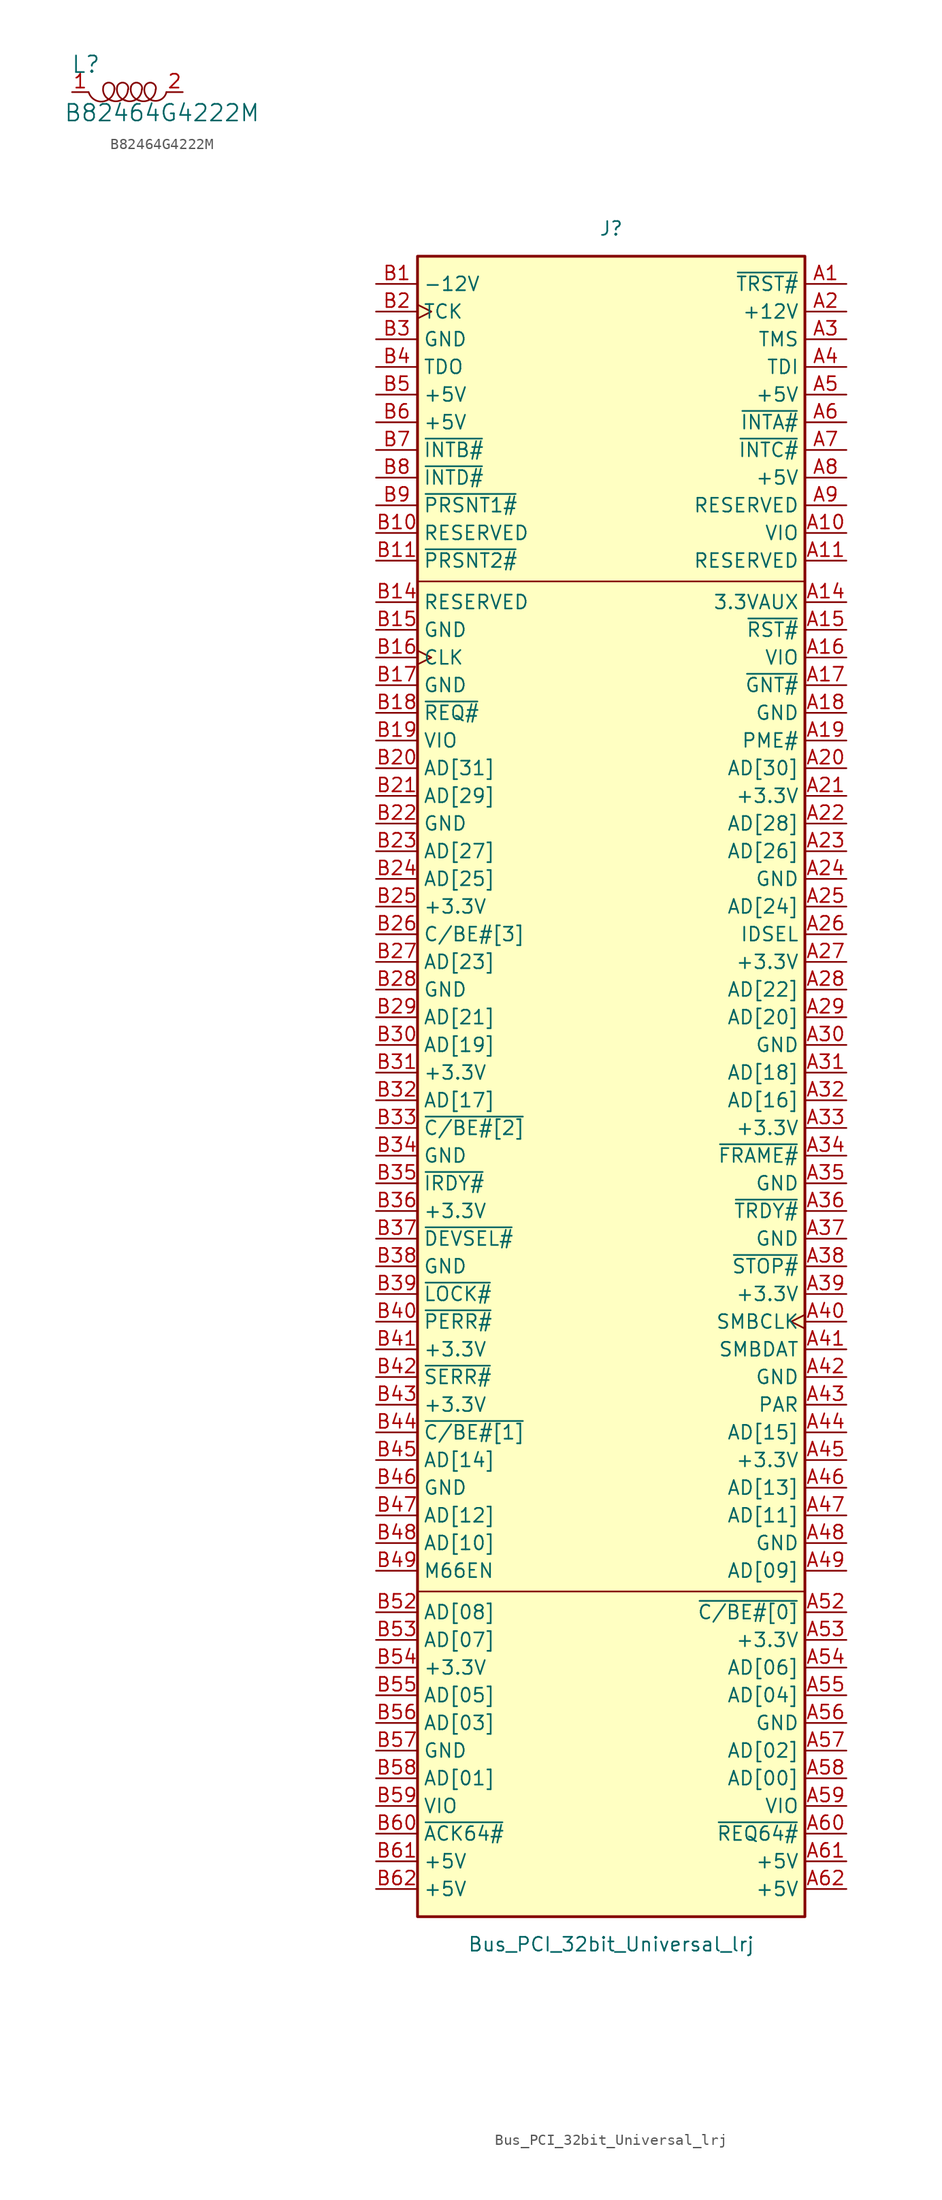
<source format=kicad_sym>
(kicad_symbol_lib
  (version 20211014)
  (generator kicad_symbol_editor)
  (symbol "B82464G4222M"
    (pin_names
      (offset 1.016))
    (property "Reference" "L"
      (at -3.81 2.54 0)
      (effects (font (size 1.524 1.524))))
    (property "Value" "B82464G4222M"
      (at 3.175 -1.905 0)
      (effects (font (size 1.524 1.524))))
    (symbol "B82464G4222M_0_1"
      (arc (start -3.556 0) (mid -2.1694 -0.8461) (end -1.1938 0.4318) (stroke (width 0) (type default) (color 0 0 0 0)) (fill (type none)))
      (arc (start -2.2098 0.508) (mid -2.0918 -0.2848) (end -1.4478 -0.762) (stroke (width 0) (type default) (color 0 0 0 0)) (fill (type none)))
      (arc (start -1.4732 -0.762) (mid -0.4347 -0.6489) (end 0.0508 0.254) (stroke (width 0) (type default) (color 0 0 0 0)) (fill (type none)))
      (arc (start -1.1938 0.254) (mid -1.5764 0.8583) (end -2.2098 0.508) (stroke (width 0) (type default) (color 0 0 0 0)) (fill (type none)))
      (arc (start -0.9398 0.508) (mid -0.8218 -0.2848) (end -0.1778 -0.762) (stroke (width 0) (type default) (color 0 0 0 0)) (fill (type none)))
      (arc (start -0.2032 -0.762) (mid 0.8353 -0.6489) (end 1.3208 0.254) (stroke (width 0) (type default) (color 0 0 0 0)) (fill (type none)))
      (arc (start 0.0762 0.254) (mid -0.3064 0.8583) (end -0.9398 0.508) (stroke (width 0) (type default) (color 0 0 0 0)) (fill (type none)))
      (arc (start 0.3302 0.508) (mid 0.4482 -0.2848) (end 1.0922 -0.762) (stroke (width 0) (type default) (color 0 0 0 0)) (fill (type none)))
      (arc (start 1.0668 -0.762) (mid 2.1053 -0.6489) (end 2.5908 0.254) (stroke (width 0) (type default) (color 0 0 0 0)) (fill (type none)))
      (arc (start 1.3462 0.254) (mid 0.9636 0.8583) (end 0.3302 0.508) (stroke (width 0) (type default) (color 0 0 0 0)) (fill (type none)))
      (arc (start 1.5748 0.4318) (mid 2.3727 -0.7843) (end 3.5814 0) (stroke (width 0) (type default) (color 0 0 0 0)) (fill (type none)))
      (arc (start 2.6162 0.254) (mid 2.2336 0.8583) (end 1.6002 0.508) (stroke (width 0) (type default) (color 0 0 0 0)) (fill (type none))))
    (symbol "B82464G4222M_1_1"
      (pin passive line (at -5.08 0 0) (length 1.499) (name "~" (effects (font (size 1.27 1.27)))) (number "1" (effects (font (size 1.27 1.27)))))
      (pin passive line (at 5.08 0 180) (length 1.499) (name "~" (effects (font (size 1.27 1.27)))) (number "2" (effects (font (size 1.27 1.27)))))))
  (symbol "Bus_PCI_32bit_Universal_lrj"
    (property "Reference" "J"
      (at 0 77.47 0)
      (effects (font (size 1.27 1.27))))
    (property "Value" "Bus_PCI_32bit_Universal_lrj"
      (at 0 -80.01 0)
      (effects (font (size 1.27 1.27))))
    (symbol "Bus_PCI_32bit_Universal_lrj_0_1"
      (rectangle (start -17.78 74.93) (end 17.78 -77.47) (stroke (width 0.254) (type default) (color 0 0 0 0)) (fill (type background)))
      (polyline (pts (xy -17.78 -47.625) (xy 17.78 -47.625)) (stroke (width 0) (type default) (color 0 0 0 0)) (fill (type none)))
      (polyline (pts (xy -17.78 45.085) (xy 17.78 45.085)) (stroke (width 0) (type default) (color 0 0 0 0)) (fill (type none))))
    (symbol "Bus_PCI_32bit_Universal_lrj_1_1"
      (pin input line (at 21.59 72.39 180) (length 3.81) (name "~{TRST#}" (effects (font (size 1.27 1.27)))) (number "A1" (effects (font (size 1.27 1.27)))))
      (pin power_in line (at 21.59 49.53 180) (length 3.81) (name "VIO" (effects (font (size 1.27 1.27)))) (number "A10" (effects (font (size 1.27 1.27)))))
      (pin passive line (at 21.59 46.99 180) (length 3.81) (name "RESERVED" (effects (font (size 1.27 1.27)))) (number "A11" (effects (font (size 1.27 1.27)))))
      (pin power_in line (at 21.59 43.18 180) (length 3.81) (name "3.3VAUX" (effects (font (size 1.27 1.27)))) (number "A14" (effects (font (size 1.27 1.27)))))
      (pin input line (at 21.59 40.64 180) (length 3.81) (name "~{RST#}" (effects (font (size 1.27 1.27)))) (number "A15" (effects (font (size 1.27 1.27)))))
      (pin power_in line (at 21.59 38.1 180) (length 3.81) (name "VIO" (effects (font (size 1.27 1.27)))) (number "A16" (effects (font (size 1.27 1.27)))))
      (pin bidirectional line (at 21.59 35.56 180) (length 3.81) (name "~{GNT#}" (effects (font (size 1.27 1.27)))) (number "A17" (effects (font (size 1.27 1.27)))))
      (pin power_in line (at 21.59 33.02 180) (length 3.81) (name "GND" (effects (font (size 1.27 1.27)))) (number "A18" (effects (font (size 1.27 1.27)))))
      (pin open_collector line (at 21.59 30.48 180) (length 3.81) (name "PME#" (effects (font (size 1.27 1.27)))) (number "A19" (effects (font (size 1.27 1.27)))))
      (pin power_in line (at 21.59 69.85 180) (length 3.81) (name "+12V" (effects (font (size 1.27 1.27)))) (number "A2" (effects (font (size 1.27 1.27)))))
      (pin bidirectional line (at 21.59 27.94 180) (length 3.81) (name "AD[30]" (effects (font (size 1.27 1.27)))) (number "A20" (effects (font (size 1.27 1.27)))))
      (pin power_in line (at 21.59 25.4 180) (length 3.81) (name "+3.3V" (effects (font (size 1.27 1.27)))) (number "A21" (effects (font (size 1.27 1.27)))))
      (pin bidirectional line (at 21.59 22.86 180) (length 3.81) (name "AD[28]" (effects (font (size 1.27 1.27)))) (number "A22" (effects (font (size 1.27 1.27)))))
      (pin bidirectional line (at 21.59 20.32 180) (length 3.81) (name "AD[26]" (effects (font (size 1.27 1.27)))) (number "A23" (effects (font (size 1.27 1.27)))))
      (pin power_in line (at 21.59 17.78 180) (length 3.81) (name "GND" (effects (font (size 1.27 1.27)))) (number "A24" (effects (font (size 1.27 1.27)))))
      (pin bidirectional line (at 21.59 15.24 180) (length 3.81) (name "AD[24]" (effects (font (size 1.27 1.27)))) (number "A25" (effects (font (size 1.27 1.27)))))
      (pin input line (at 21.59 12.7 180) (length 3.81) (name "IDSEL" (effects (font (size 1.27 1.27)))) (number "A26" (effects (font (size 1.27 1.27)))))
      (pin power_in line (at 21.59 10.16 180) (length 3.81) (name "+3.3V" (effects (font (size 1.27 1.27)))) (number "A27" (effects (font (size 1.27 1.27)))))
      (pin bidirectional line (at 21.59 7.62 180) (length 3.81) (name "AD[22]" (effects (font (size 1.27 1.27)))) (number "A28" (effects (font (size 1.27 1.27)))))
      (pin bidirectional line (at 21.59 5.08 180) (length 3.81) (name "AD[20]" (effects (font (size 1.27 1.27)))) (number "A29" (effects (font (size 1.27 1.27)))))
      (pin input line (at 21.59 67.31 180) (length 3.81) (name "TMS" (effects (font (size 1.27 1.27)))) (number "A3" (effects (font (size 1.27 1.27)))))
      (pin power_in line (at 21.59 2.54 180) (length 3.81) (name "GND" (effects (font (size 1.27 1.27)))) (number "A30" (effects (font (size 1.27 1.27)))))
      (pin bidirectional line (at 21.59 0 180) (length 3.81) (name "AD[18]" (effects (font (size 1.27 1.27)))) (number "A31" (effects (font (size 1.27 1.27)))))
      (pin bidirectional line (at 21.59 -2.54 180) (length 3.81) (name "AD[16]" (effects (font (size 1.27 1.27)))) (number "A32" (effects (font (size 1.27 1.27)))))
      (pin power_in line (at 21.59 -5.08 180) (length 3.81) (name "+3.3V" (effects (font (size 1.27 1.27)))) (number "A33" (effects (font (size 1.27 1.27)))))
      (pin bidirectional line (at 21.59 -7.62 180) (length 3.81) (name "~{FRAME#}" (effects (font (size 1.27 1.27)))) (number "A34" (effects (font (size 1.27 1.27)))))
      (pin power_in line (at 21.59 -10.16 180) (length 3.81) (name "GND" (effects (font (size 1.27 1.27)))) (number "A35" (effects (font (size 1.27 1.27)))))
      (pin bidirectional line (at 21.59 -12.7 180) (length 3.81) (name "~{TRDY#}" (effects (font (size 1.27 1.27)))) (number "A36" (effects (font (size 1.27 1.27)))))
      (pin power_in line (at 21.59 -15.24 180) (length 3.81) (name "GND" (effects (font (size 1.27 1.27)))) (number "A37" (effects (font (size 1.27 1.27)))))
      (pin bidirectional line (at 21.59 -17.78 180) (length 3.81) (name "~{STOP#}" (effects (font (size 1.27 1.27)))) (number "A38" (effects (font (size 1.27 1.27)))))
      (pin power_in line (at 21.59 -20.32 180) (length 3.81) (name "+3.3V" (effects (font (size 1.27 1.27)))) (number "A39" (effects (font (size 1.27 1.27)))))
      (pin input line (at 21.59 64.77 180) (length 3.81) (name "TDI" (effects (font (size 1.27 1.27)))) (number "A4" (effects (font (size 1.27 1.27)))))
      (pin bidirectional clock (at 21.59 -22.86 180) (length 3.81) (name "SMBCLK" (effects (font (size 1.27 1.27)))) (number "A40" (effects (font (size 1.27 1.27)))))
      (pin bidirectional line (at 21.59 -25.4 180) (length 3.81) (name "SMBDAT" (effects (font (size 1.27 1.27)))) (number "A41" (effects (font (size 1.27 1.27)))))
      (pin power_in line (at 21.59 -27.94 180) (length 3.81) (name "GND" (effects (font (size 1.27 1.27)))) (number "A42" (effects (font (size 1.27 1.27)))))
      (pin bidirectional line (at 21.59 -30.48 180) (length 3.81) (name "PAR" (effects (font (size 1.27 1.27)))) (number "A43" (effects (font (size 1.27 1.27)))))
      (pin bidirectional line (at 21.59 -33.02 180) (length 3.81) (name "AD[15]" (effects (font (size 1.27 1.27)))) (number "A44" (effects (font (size 1.27 1.27)))))
      (pin power_in line (at 21.59 -35.56 180) (length 3.81) (name "+3.3V" (effects (font (size 1.27 1.27)))) (number "A45" (effects (font (size 1.27 1.27)))))
      (pin bidirectional line (at 21.59 -38.1 180) (length 3.81) (name "AD[13]" (effects (font (size 1.27 1.27)))) (number "A46" (effects (font (size 1.27 1.27)))))
      (pin bidirectional line (at 21.59 -40.64 180) (length 3.81) (name "AD[11]" (effects (font (size 1.27 1.27)))) (number "A47" (effects (font (size 1.27 1.27)))))
      (pin power_in line (at 21.59 -43.18 180) (length 3.81) (name "GND" (effects (font (size 1.27 1.27)))) (number "A48" (effects (font (size 1.27 1.27)))))
      (pin bidirectional line (at 21.59 -45.72 180) (length 3.81) (name "AD[09]" (effects (font (size 1.27 1.27)))) (number "A49" (effects (font (size 1.27 1.27)))))
      (pin power_in line (at 21.59 62.23 180) (length 3.81) (name "+5V" (effects (font (size 1.27 1.27)))) (number "A5" (effects (font (size 1.27 1.27)))))
      (pin bidirectional line (at 21.59 -49.53 180) (length 3.81) (name "~{C/BE#[0]}" (effects (font (size 1.27 1.27)))) (number "A52" (effects (font (size 1.27 1.27)))))
      (pin power_in line (at 21.59 -52.07 180) (length 3.81) (name "+3.3V" (effects (font (size 1.27 1.27)))) (number "A53" (effects (font (size 1.27 1.27)))))
      (pin bidirectional line (at 21.59 -54.61 180) (length 3.81) (name "AD[06]" (effects (font (size 1.27 1.27)))) (number "A54" (effects (font (size 1.27 1.27)))))
      (pin bidirectional line (at 21.59 -57.15 180) (length 3.81) (name "AD[04]" (effects (font (size 1.27 1.27)))) (number "A55" (effects (font (size 1.27 1.27)))))
      (pin power_in line (at 21.59 -59.69 180) (length 3.81) (name "GND" (effects (font (size 1.27 1.27)))) (number "A56" (effects (font (size 1.27 1.27)))))
      (pin bidirectional line (at 21.59 -62.23 180) (length 3.81) (name "AD[02]" (effects (font (size 1.27 1.27)))) (number "A57" (effects (font (size 1.27 1.27)))))
      (pin bidirectional line (at 21.59 -64.77 180) (length 3.81) (name "AD[00]" (effects (font (size 1.27 1.27)))) (number "A58" (effects (font (size 1.27 1.27)))))
      (pin power_in line (at 21.59 -67.31 180) (length 3.81) (name "VIO" (effects (font (size 1.27 1.27)))) (number "A59" (effects (font (size 1.27 1.27)))))
      (pin open_collector line (at 21.59 59.69 180) (length 3.81) (name "~{INTA#}" (effects (font (size 1.27 1.27)))) (number "A6" (effects (font (size 1.27 1.27)))))
      (pin bidirectional line (at 21.59 -69.85 180) (length 3.81) (name "~{REQ64#}" (effects (font (size 1.27 1.27)))) (number "A60" (effects (font (size 1.27 1.27)))))
      (pin power_in line (at 21.59 -72.39 180) (length 3.81) (name "+5V" (effects (font (size 1.27 1.27)))) (number "A61" (effects (font (size 1.27 1.27)))))
      (pin power_in line (at 21.59 -74.93 180) (length 3.81) (name "+5V" (effects (font (size 1.27 1.27)))) (number "A62" (effects (font (size 1.27 1.27)))))
      (pin open_collector line (at 21.59 57.15 180) (length 3.81) (name "~{INTC#}" (effects (font (size 1.27 1.27)))) (number "A7" (effects (font (size 1.27 1.27)))))
      (pin power_in line (at 21.59 54.61 180) (length 3.81) (name "+5V" (effects (font (size 1.27 1.27)))) (number "A8" (effects (font (size 1.27 1.27)))))
      (pin passive line (at 21.59 52.07 180) (length 3.81) (name "RESERVED" (effects (font (size 1.27 1.27)))) (number "A9" (effects (font (size 1.27 1.27)))))
      (pin power_in line (at -21.59 72.39 0) (length 3.81) (name "-12V" (effects (font (size 1.27 1.27)))) (number "B1" (effects (font (size 1.27 1.27)))))
      (pin passive line (at -21.59 49.53 0) (length 3.81) (name "RESERVED" (effects (font (size 1.27 1.27)))) (number "B10" (effects (font (size 1.27 1.27)))))
      (pin input line (at -21.59 46.99 0) (length 3.81) (name "~{PRSNT2#}" (effects (font (size 1.27 1.27)))) (number "B11" (effects (font (size 1.27 1.27)))))
      (pin passive line (at -21.59 43.18 0) (length 3.81) (name "RESERVED" (effects (font (size 1.27 1.27)))) (number "B14" (effects (font (size 1.27 1.27)))))
      (pin power_in line (at -21.59 40.64 0) (length 3.81) (name "GND" (effects (font (size 1.27 1.27)))) (number "B15" (effects (font (size 1.27 1.27)))))
      (pin input clock (at -21.59 38.1 0) (length 3.81) (name "CLK" (effects (font (size 1.27 1.27)))) (number "B16" (effects (font (size 1.27 1.27)))))
      (pin power_in line (at -21.59 35.56 0) (length 3.81) (name "GND" (effects (font (size 1.27 1.27)))) (number "B17" (effects (font (size 1.27 1.27)))))
      (pin bidirectional line (at -21.59 33.02 0) (length 3.81) (name "~{REQ#}" (effects (font (size 1.27 1.27)))) (number "B18" (effects (font (size 1.27 1.27)))))
      (pin power_in line (at -21.59 30.48 0) (length 3.81) (name "VIO" (effects (font (size 1.27 1.27)))) (number "B19" (effects (font (size 1.27 1.27)))))
      (pin input clock (at -21.59 69.85 0) (length 3.81) (name "TCK" (effects (font (size 1.27 1.27)))) (number "B2" (effects (font (size 1.27 1.27)))))
      (pin bidirectional line (at -21.59 27.94 0) (length 3.81) (name "AD[31]" (effects (font (size 1.27 1.27)))) (number "B20" (effects (font (size 1.27 1.27)))))
      (pin bidirectional line (at -21.59 25.4 0) (length 3.81) (name "AD[29]" (effects (font (size 1.27 1.27)))) (number "B21" (effects (font (size 1.27 1.27)))))
      (pin power_in line (at -21.59 22.86 0) (length 3.81) (name "GND" (effects (font (size 1.27 1.27)))) (number "B22" (effects (font (size 1.27 1.27)))))
      (pin bidirectional line (at -21.59 20.32 0) (length 3.81) (name "AD[27]" (effects (font (size 1.27 1.27)))) (number "B23" (effects (font (size 1.27 1.27)))))
      (pin bidirectional line (at -21.59 17.78 0) (length 3.81) (name "AD[25]" (effects (font (size 1.27 1.27)))) (number "B24" (effects (font (size 1.27 1.27)))))
      (pin power_in line (at -21.59 15.24 0) (length 3.81) (name "+3.3V" (effects (font (size 1.27 1.27)))) (number "B25" (effects (font (size 1.27 1.27)))))
      (pin bidirectional line (at -21.59 12.7 0) (length 3.81) (name "C/BE#[3]" (effects (font (size 1.27 1.27)))) (number "B26" (effects (font (size 1.27 1.27)))))
      (pin bidirectional line (at -21.59 10.16 0) (length 3.81) (name "AD[23]" (effects (font (size 1.27 1.27)))) (number "B27" (effects (font (size 1.27 1.27)))))
      (pin power_in line (at -21.59 7.62 0) (length 3.81) (name "GND" (effects (font (size 1.27 1.27)))) (number "B28" (effects (font (size 1.27 1.27)))))
      (pin bidirectional line (at -21.59 5.08 0) (length 3.81) (name "AD[21]" (effects (font (size 1.27 1.27)))) (number "B29" (effects (font (size 1.27 1.27)))))
      (pin power_in line (at -21.59 67.31 0) (length 3.81) (name "GND" (effects (font (size 1.27 1.27)))) (number "B3" (effects (font (size 1.27 1.27)))))
      (pin bidirectional line (at -21.59 2.54 0) (length 3.81) (name "AD[19]" (effects (font (size 1.27 1.27)))) (number "B30" (effects (font (size 1.27 1.27)))))
      (pin power_in line (at -21.59 0 0) (length 3.81) (name "+3.3V" (effects (font (size 1.27 1.27)))) (number "B31" (effects (font (size 1.27 1.27)))))
      (pin bidirectional line (at -21.59 -2.54 0) (length 3.81) (name "AD[17]" (effects (font (size 1.27 1.27)))) (number "B32" (effects (font (size 1.27 1.27)))))
      (pin bidirectional line (at -21.59 -5.08 0) (length 3.81) (name "~{C/BE#[2]}" (effects (font (size 1.27 1.27)))) (number "B33" (effects (font (size 1.27 1.27)))))
      (pin power_in line (at -21.59 -7.62 0) (length 3.81) (name "GND" (effects (font (size 1.27 1.27)))) (number "B34" (effects (font (size 1.27 1.27)))))
      (pin bidirectional line (at -21.59 -10.16 0) (length 3.81) (name "~{IRDY#}" (effects (font (size 1.27 1.27)))) (number "B35" (effects (font (size 1.27 1.27)))))
      (pin power_in line (at -21.59 -12.7 0) (length 3.81) (name "+3.3V" (effects (font (size 1.27 1.27)))) (number "B36" (effects (font (size 1.27 1.27)))))
      (pin bidirectional line (at -21.59 -15.24 0) (length 3.81) (name "~{DEVSEL#}" (effects (font (size 1.27 1.27)))) (number "B37" (effects (font (size 1.27 1.27)))))
      (pin power_in line (at -21.59 -17.78 0) (length 3.81) (name "GND" (effects (font (size 1.27 1.27)))) (number "B38" (effects (font (size 1.27 1.27)))))
      (pin bidirectional line (at -21.59 -20.32 0) (length 3.81) (name "~{LOCK#}" (effects (font (size 1.27 1.27)))) (number "B39" (effects (font (size 1.27 1.27)))))
      (pin output line (at -21.59 64.77 0) (length 3.81) (name "TDO" (effects (font (size 1.27 1.27)))) (number "B4" (effects (font (size 1.27 1.27)))))
      (pin bidirectional line (at -21.59 -22.86 0) (length 3.81) (name "~{PERR#}" (effects (font (size 1.27 1.27)))) (number "B40" (effects (font (size 1.27 1.27)))))
      (pin power_in line (at -21.59 -25.4 0) (length 3.81) (name "+3.3V" (effects (font (size 1.27 1.27)))) (number "B41" (effects (font (size 1.27 1.27)))))
      (pin open_collector line (at -21.59 -27.94 0) (length 3.81) (name "~{SERR#}" (effects (font (size 1.27 1.27)))) (number "B42" (effects (font (size 1.27 1.27)))))
      (pin power_in line (at -21.59 -30.48 0) (length 3.81) (name "+3.3V" (effects (font (size 1.27 1.27)))) (number "B43" (effects (font (size 1.27 1.27)))))
      (pin bidirectional line (at -21.59 -33.02 0) (length 3.81) (name "~{C/BE#[1]}" (effects (font (size 1.27 1.27)))) (number "B44" (effects (font (size 1.27 1.27)))))
      (pin bidirectional line (at -21.59 -35.56 0) (length 3.81) (name "AD[14]" (effects (font (size 1.27 1.27)))) (number "B45" (effects (font (size 1.27 1.27)))))
      (pin power_in line (at -21.59 -38.1 0) (length 3.81) (name "GND" (effects (font (size 1.27 1.27)))) (number "B46" (effects (font (size 1.27 1.27)))))
      (pin bidirectional line (at -21.59 -40.64 0) (length 3.81) (name "AD[12]" (effects (font (size 1.27 1.27)))) (number "B47" (effects (font (size 1.27 1.27)))))
      (pin bidirectional line (at -21.59 -43.18 0) (length 3.81) (name "AD[10]" (effects (font (size 1.27 1.27)))) (number "B48" (effects (font (size 1.27 1.27)))))
      (pin input line (at -21.59 -45.72 0) (length 3.81) (name "M66EN" (effects (font (size 1.27 1.27)))) (number "B49" (effects (font (size 1.27 1.27)))))
      (pin power_in line (at -21.59 62.23 0) (length 3.81) (name "+5V" (effects (font (size 1.27 1.27)))) (number "B5" (effects (font (size 1.27 1.27)))))
      (pin bidirectional line (at -21.59 -49.53 0) (length 3.81) (name "AD[08]" (effects (font (size 1.27 1.27)))) (number "B52" (effects (font (size 1.27 1.27)))))
      (pin bidirectional line (at -21.59 -52.07 0) (length 3.81) (name "AD[07]" (effects (font (size 1.27 1.27)))) (number "B53" (effects (font (size 1.27 1.27)))))
      (pin power_in line (at -21.59 -54.61 0) (length 3.81) (name "+3.3V" (effects (font (size 1.27 1.27)))) (number "B54" (effects (font (size 1.27 1.27)))))
      (pin bidirectional line (at -21.59 -57.15 0) (length 3.81) (name "AD[05]" (effects (font (size 1.27 1.27)))) (number "B55" (effects (font (size 1.27 1.27)))))
      (pin bidirectional line (at -21.59 -59.69 0) (length 3.81) (name "AD[03]" (effects (font (size 1.27 1.27)))) (number "B56" (effects (font (size 1.27 1.27)))))
      (pin power_in line (at -21.59 -62.23 0) (length 3.81) (name "GND" (effects (font (size 1.27 1.27)))) (number "B57" (effects (font (size 1.27 1.27)))))
      (pin bidirectional line (at -21.59 -64.77 0) (length 3.81) (name "AD[01]" (effects (font (size 1.27 1.27)))) (number "B58" (effects (font (size 1.27 1.27)))))
      (pin power_in line (at -21.59 -67.31 0) (length 3.81) (name "VIO" (effects (font (size 1.27 1.27)))) (number "B59" (effects (font (size 1.27 1.27)))))
      (pin power_in line (at -21.59 59.69 0) (length 3.81) (name "+5V" (effects (font (size 1.27 1.27)))) (number "B6" (effects (font (size 1.27 1.27)))))
      (pin bidirectional line (at -21.59 -69.85 0) (length 3.81) (name "~{ACK64#}" (effects (font (size 1.27 1.27)))) (number "B60" (effects (font (size 1.27 1.27)))))
      (pin power_in line (at -21.59 -72.39 0) (length 3.81) (name "+5V" (effects (font (size 1.27 1.27)))) (number "B61" (effects (font (size 1.27 1.27)))))
      (pin power_in line (at -21.59 -74.93 0) (length 3.81) (name "+5V" (effects (font (size 1.27 1.27)))) (number "B62" (effects (font (size 1.27 1.27)))))
      (pin open_collector line (at -21.59 57.15 0) (length 3.81) (name "~{INTB#}" (effects (font (size 1.27 1.27)))) (number "B7" (effects (font (size 1.27 1.27)))))
      (pin open_collector line (at -21.59 54.61 0) (length 3.81) (name "~{INTD#}" (effects (font (size 1.27 1.27)))) (number "B8" (effects (font (size 1.27 1.27)))))
      (pin input line (at -21.59 52.07 0) (length 3.81) (name "~{PRSNT1#}" (effects (font (size 1.27 1.27)))) (number "B9" (effects (font (size 1.27 1.27))))))))
</source>
